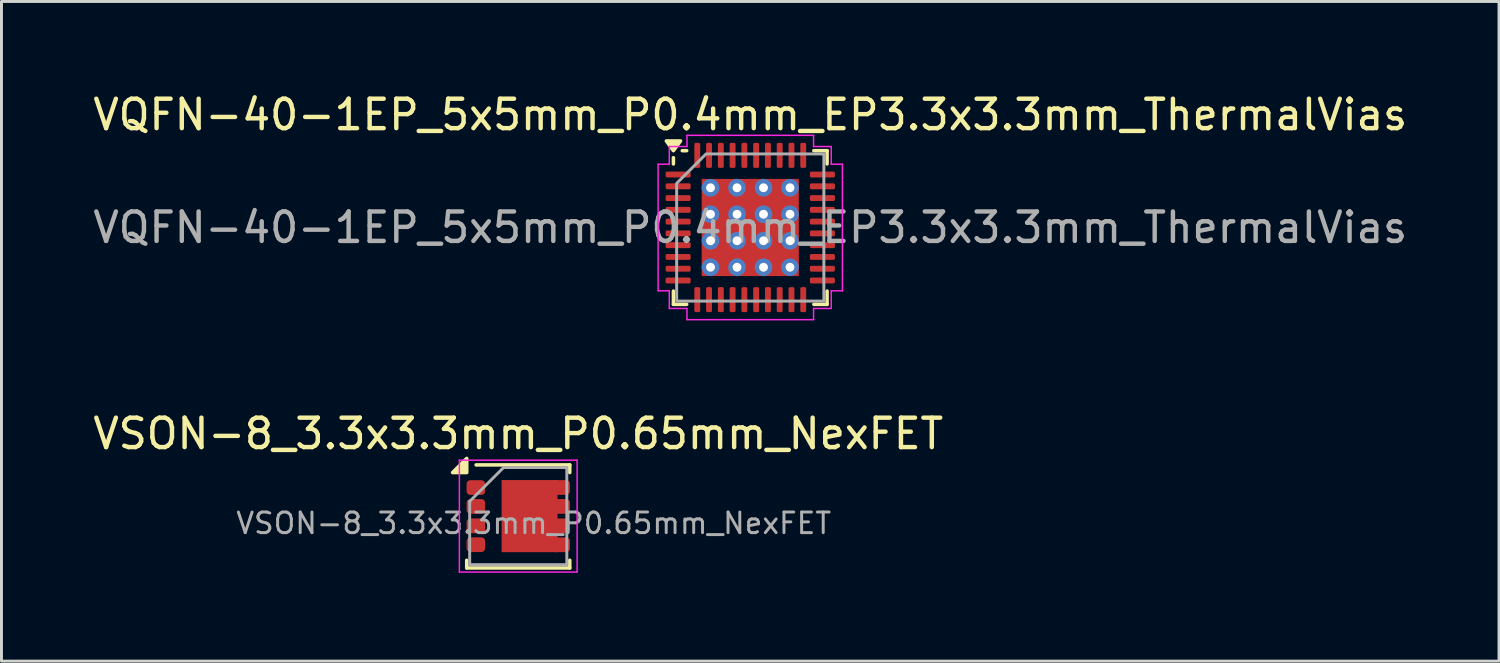
<source format=kicad_pcb>
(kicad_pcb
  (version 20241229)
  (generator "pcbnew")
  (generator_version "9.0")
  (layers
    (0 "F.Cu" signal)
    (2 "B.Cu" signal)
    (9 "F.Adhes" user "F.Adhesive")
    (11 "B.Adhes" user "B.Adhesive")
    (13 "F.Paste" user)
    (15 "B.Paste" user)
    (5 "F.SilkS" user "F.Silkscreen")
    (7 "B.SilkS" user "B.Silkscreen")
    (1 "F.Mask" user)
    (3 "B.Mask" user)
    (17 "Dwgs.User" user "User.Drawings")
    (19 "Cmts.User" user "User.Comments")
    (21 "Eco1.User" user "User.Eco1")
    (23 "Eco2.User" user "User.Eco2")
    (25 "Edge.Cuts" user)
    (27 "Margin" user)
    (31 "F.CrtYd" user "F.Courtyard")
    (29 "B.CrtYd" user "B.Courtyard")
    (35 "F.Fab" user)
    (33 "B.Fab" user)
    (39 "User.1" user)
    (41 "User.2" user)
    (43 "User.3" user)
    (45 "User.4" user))
  (footprint "VQFN-40-1EP_5x5mm_P0.4mm_EP3.3x3.3mm_ThermalVias"
    (layer "F.Cu")
    (at 22.435 4.678)
    (property "Reference" "VQFN-40-1EP_5x5mm_P0.4mm_EP3.3x3.3mm_ThermalVias" (at 0 -3.83 0) (layer "F.SilkS") (effects (font (size 1 1) (thickness 0.15))))
    (attr smd)
    (fp_line (start -2.61 -2.16) (end -2.61 -2.37) (stroke (width 0.12) (type solid)) (layer "F.SilkS"))
    (fp_line (start -2.61 2.61) (end -2.61 2.16) (stroke (width 0.12) (type solid)) (layer "F.SilkS"))
    (fp_line (start -2.16 -2.61) (end -2.31 -2.61) (stroke (width 0.12) (type solid)) (layer "F.SilkS"))
    (fp_line (start -2.16 2.61) (end -2.61 2.61) (stroke (width 0.12) (type solid)) (layer "F.SilkS"))
    (fp_line (start 2.16 -2.61) (end 2.61 -2.61) (stroke (width 0.12) (type solid)) (layer "F.SilkS"))
    (fp_line (start 2.16 2.61) (end 2.61 2.61) (stroke (width 0.12) (type solid)) (layer "F.SilkS"))
    (fp_line (start 2.61 -2.61) (end 2.61 -2.16) (stroke (width 0.12) (type solid)) (layer "F.SilkS"))
    (fp_line (start 2.61 2.61) (end 2.61 2.16) (stroke (width 0.12) (type solid)) (layer "F.SilkS"))
    (fp_poly (pts (xy -2.61 -2.61) (xy -2.85 -2.94) (xy -2.37 -2.94)) (stroke (width 0.12) (type solid)) (fill yes) (layer "F.SilkS"))
    (fp_line (start -3.13 -2.15) (end -2.75 -2.15) (stroke (width 0.05) (type solid)) (layer "F.CrtYd"))
    (fp_line (start -3.13 2.15) (end -3.13 -2.15) (stroke (width 0.05) (type solid)) (layer "F.CrtYd"))
    (fp_line (start -2.75 -2.75) (end -2.15 -2.75) (stroke (width 0.05) (type solid)) (layer "F.CrtYd"))
    (fp_line (start -2.75 -2.15) (end -2.75 -2.75) (stroke (width 0.05) (type solid)) (layer "F.CrtYd"))
    (fp_line (start -2.75 2.15) (end -3.13 2.15) (stroke (width 0.05) (type solid)) (layer "F.CrtYd"))
    (fp_line (start -2.75 2.75) (end -2.75 2.15) (stroke (width 0.05) (type solid)) (layer "F.CrtYd"))
    (fp_line (start -2.15 -3.13) (end 2.15 -3.13) (stroke (width 0.05) (type solid)) (layer "F.CrtYd"))
    (fp_line (start -2.15 -2.75) (end -2.15 -3.13) (stroke (width 0.05) (type solid)) (layer "F.CrtYd"))
    (fp_line (start -2.15 2.75) (end -2.75 2.75) (stroke (width 0.05) (type solid)) (layer "F.CrtYd"))
    (fp_line (start -2.15 3.13) (end -2.15 2.75) (stroke (width 0.05) (type solid)) (layer "F.CrtYd"))
    (fp_line (start 2.15 -3.13) (end 2.15 -2.75) (stroke (width 0.05) (type solid)) (layer "F.CrtYd"))
    (fp_line (start 2.15 -2.75) (end 2.75 -2.75) (stroke (width 0.05) (type solid)) (layer "F.CrtYd"))
    (fp_line (start 2.15 2.75) (end 2.15 3.13) (stroke (width 0.05) (type solid)) (layer "F.CrtYd"))
    (fp_line (start 2.15 3.13) (end -2.15 3.13) (stroke (width 0.05) (type solid)) (layer "F.CrtYd"))
    (fp_line (start 2.75 -2.75) (end 2.75 -2.15) (stroke (width 0.05) (type solid)) (layer "F.CrtYd"))
    (fp_line (start 2.75 -2.15) (end 3.13 -2.15) (stroke (width 0.05) (type solid)) (layer "F.CrtYd"))
    (fp_line (start 2.75 2.15) (end 2.75 2.75) (stroke (width 0.05) (type solid)) (layer "F.CrtYd"))
    (fp_line (start 2.75 2.75) (end 2.15 2.75) (stroke (width 0.05) (type solid)) (layer "F.CrtYd"))
    (fp_line (start 3.13 -2.15) (end 3.13 2.15) (stroke (width 0.05) (type solid)) (layer "F.CrtYd"))
    (fp_line (start 3.13 2.15) (end 2.75 2.15) (stroke (width 0.05) (type solid)) (layer "F.CrtYd"))
    (fp_poly (pts (xy -2.5 -1.5) (xy -2.5 2.5) (xy 2.5 2.5) (xy 2.5 -2.5) (xy -1.5 -2.5)) (stroke (width 0.1) (type solid)) (fill no) (layer "F.Fab"))
    (fp_text user "${REFERENCE}" (at 0 0 0) (layer "F.Fab") (effects (font (size 1 1) (thickness 0.15))))
    (pad "" smd roundrect (at -0.825 -0.825) (size 1.43 1.43) (layers "F.Paste") (roundrect_rratio 0.175))
    (pad "" smd roundrect (at -0.825 0.825) (size 1.43 1.43) (layers "F.Paste") (roundrect_rratio 0.175))
    (pad "" smd roundrect (at 0.825 -0.825) (size 1.43 1.43) (layers "F.Paste") (roundrect_rratio 0.175))
    (pad "" smd roundrect (at 0.825 0.825) (size 1.43 1.43) (layers "F.Paste") (roundrect_rratio 0.175))
    (pad "1" smd roundrect (at -2.45 -1.8) (size 0.85 0.2) (layers "F.Cu" "F.Mask" "F.Paste") (roundrect_rratio 0.25))
    (pad "2" smd roundrect (at -2.45 -1.4) (size 0.85 0.2) (layers "F.Cu" "F.Mask" "F.Paste") (roundrect_rratio 0.25))
    (pad "3" smd roundrect (at -2.45 -1) (size 0.85 0.2) (layers "F.Cu" "F.Mask" "F.Paste") (roundrect_rratio 0.25))
    (pad "4" smd roundrect (at -2.45 -0.6) (size 0.85 0.2) (layers "F.Cu" "F.Mask" "F.Paste") (roundrect_rratio 0.25))
    (pad "5" smd roundrect (at -2.45 -0.2) (size 0.85 0.2) (layers "F.Cu" "F.Mask" "F.Paste") (roundrect_rratio 0.25))
    (pad "6" smd roundrect (at -2.45 0.2) (size 0.85 0.2) (layers "F.Cu" "F.Mask" "F.Paste") (roundrect_rratio 0.25))
    (pad "7" smd roundrect (at -2.45 0.6) (size 0.85 0.2) (layers "F.Cu" "F.Mask" "F.Paste") (roundrect_rratio 0.25))
    (pad "8" smd roundrect (at -2.45 1) (size 0.85 0.2) (layers "F.Cu" "F.Mask" "F.Paste") (roundrect_rratio 0.25))
    (pad "9" smd roundrect (at -2.45 1.4) (size 0.85 0.2) (layers "F.Cu" "F.Mask" "F.Paste") (roundrect_rratio 0.25))
    (pad "10" smd roundrect (at -2.45 1.8) (size 0.85 0.2) (layers "F.Cu" "F.Mask" "F.Paste") (roundrect_rratio 0.25))
    (pad "11" smd roundrect (at -1.8 2.45) (size 0.2 0.85) (layers "F.Cu" "F.Mask" "F.Paste") (roundrect_rratio 0.25))
    (pad "12" smd roundrect (at -1.4 2.45) (size 0.2 0.85) (layers "F.Cu" "F.Mask" "F.Paste") (roundrect_rratio 0.25))
    (pad "13" smd roundrect (at -1 2.45) (size 0.2 0.85) (layers "F.Cu" "F.Mask" "F.Paste") (roundrect_rratio 0.25))
    (pad "14" smd roundrect (at -0.6 2.45) (size 0.2 0.85) (layers "F.Cu" "F.Mask" "F.Paste") (roundrect_rratio 0.25))
    (pad "15" smd roundrect (at -0.2 2.45) (size 0.2 0.85) (layers "F.Cu" "F.Mask" "F.Paste") (roundrect_rratio 0.25))
    (pad "16" smd roundrect (at 0.2 2.45) (size 0.2 0.85) (layers "F.Cu" "F.Mask" "F.Paste") (roundrect_rratio 0.25))
    (pad "17" smd roundrect (at 0.6 2.45) (size 0.2 0.85) (layers "F.Cu" "F.Mask" "F.Paste") (roundrect_rratio 0.25))
    (pad "18" smd roundrect (at 1 2.45) (size 0.2 0.85) (layers "F.Cu" "F.Mask" "F.Paste") (roundrect_rratio 0.25))
    (pad "19" smd roundrect (at 1.4 2.45) (size 0.2 0.85) (layers "F.Cu" "F.Mask" "F.Paste") (roundrect_rratio 0.25))
    (pad "20" smd roundrect (at 1.8 2.45) (size 0.2 0.85) (layers "F.Cu" "F.Mask" "F.Paste") (roundrect_rratio 0.25))
    (pad "21" smd roundrect (at 2.45 1.8) (size 0.85 0.2) (layers "F.Cu" "F.Mask" "F.Paste") (roundrect_rratio 0.25))
    (pad "22" smd roundrect (at 2.45 1.4) (size 0.85 0.2) (layers "F.Cu" "F.Mask" "F.Paste") (roundrect_rratio 0.25))
    (pad "23" smd roundrect (at 2.45 1) (size 0.85 0.2) (layers "F.Cu" "F.Mask" "F.Paste") (roundrect_rratio 0.25))
    (pad "24" smd roundrect (at 2.45 0.6) (size 0.85 0.2) (layers "F.Cu" "F.Mask" "F.Paste") (roundrect_rratio 0.25))
    (pad "25" smd roundrect (at 2.45 0.2) (size 0.85 0.2) (layers "F.Cu" "F.Mask" "F.Paste") (roundrect_rratio 0.25))
    (pad "26" smd roundrect (at 2.45 -0.2) (size 0.85 0.2) (layers "F.Cu" "F.Mask" "F.Paste") (roundrect_rratio 0.25))
    (pad "27" smd roundrect (at 2.45 -0.6) (size 0.85 0.2) (layers "F.Cu" "F.Mask" "F.Paste") (roundrect_rratio 0.25))
    (pad "28" smd roundrect (at 2.45 -1) (size 0.85 0.2) (layers "F.Cu" "F.Mask" "F.Paste") (roundrect_rratio 0.25))
    (pad "29" smd roundrect (at 2.45 -1.4) (size 0.85 0.2) (layers "F.Cu" "F.Mask" "F.Paste") (roundrect_rratio 0.25))
    (pad "30" smd roundrect (at 2.45 -1.8) (size 0.85 0.2) (layers "F.Cu" "F.Mask" "F.Paste") (roundrect_rratio 0.25))
    (pad "31" smd roundrect (at 1.8 -2.45) (size 0.2 0.85) (layers "F.Cu" "F.Mask" "F.Paste") (roundrect_rratio 0.25))
    (pad "32" smd roundrect (at 1.4 -2.45) (size 0.2 0.85) (layers "F.Cu" "F.Mask" "F.Paste") (roundrect_rratio 0.25))
    (pad "33" smd roundrect (at 1 -2.45) (size 0.2 0.85) (layers "F.Cu" "F.Mask" "F.Paste") (roundrect_rratio 0.25))
    (pad "34" smd roundrect (at 0.6 -2.45) (size 0.2 0.85) (layers "F.Cu" "F.Mask" "F.Paste") (roundrect_rratio 0.25))
    (pad "35" smd roundrect (at 0.2 -2.45) (size 0.2 0.85) (layers "F.Cu" "F.Mask" "F.Paste") (roundrect_rratio 0.25))
    (pad "36" smd roundrect (at -0.2 -2.45) (size 0.2 0.85) (layers "F.Cu" "F.Mask" "F.Paste") (roundrect_rratio 0.25))
    (pad "37" smd roundrect (at -0.6 -2.45) (size 0.2 0.85) (layers "F.Cu" "F.Mask" "F.Paste") (roundrect_rratio 0.25))
    (pad "38" smd roundrect (at -1 -2.45) (size 0.2 0.85) (layers "F.Cu" "F.Mask" "F.Paste") (roundrect_rratio 0.25))
    (pad "39" smd roundrect (at -1.4 -2.45) (size 0.2 0.85) (layers "F.Cu" "F.Mask" "F.Paste") (roundrect_rratio 0.25))
    (pad "40" smd roundrect (at -1.8 -2.45) (size 0.2 0.85) (layers "F.Cu" "F.Mask" "F.Paste") (roundrect_rratio 0.25))
    (pad "41" thru_hole circle (at -1.35 -1.35) (size 0.6 0.6) (drill 0.3) (property pad_prop_heatsink) (layers "*.Cu"))
    (pad "41" thru_hole circle (at -1.35 -0.45) (size 0.6 0.6) (drill 0.3) (property pad_prop_heatsink) (layers "*.Cu"))
    (pad "41" thru_hole circle (at -1.35 0.45) (size 0.6 0.6) (drill 0.3) (property pad_prop_heatsink) (layers "*.Cu"))
    (pad "41" thru_hole circle (at -1.35 1.35) (size 0.6 0.6) (drill 0.3) (property pad_prop_heatsink) (layers "*.Cu"))
    (pad "41" thru_hole circle (at -0.45 -1.35) (size 0.6 0.6) (drill 0.3) (property pad_prop_heatsink) (layers "*.Cu"))
    (pad "41" thru_hole circle (at -0.45 -0.45) (size 0.6 0.6) (drill 0.3) (property pad_prop_heatsink) (layers "*.Cu"))
    (pad "41" thru_hole circle (at -0.45 0.45) (size 0.6 0.6) (drill 0.3) (property pad_prop_heatsink) (layers "*.Cu"))
    (pad "41" thru_hole circle (at -0.45 1.35) (size 0.6 0.6) (drill 0.3) (property pad_prop_heatsink) (layers "*.Cu"))
    (pad "41" smd rect (at 0 0) (size 3.3 3.3) (property pad_prop_heatsink) (layers "F.Cu" "F.Mask"))
    (pad "41" thru_hole circle (at 0.45 -1.35) (size 0.6 0.6) (drill 0.3) (property pad_prop_heatsink) (layers "*.Cu"))
    (pad "41" thru_hole circle (at 0.45 -0.45) (size 0.6 0.6) (drill 0.3) (property pad_prop_heatsink) (layers "*.Cu"))
    (pad "41" thru_hole circle (at 0.45 0.45) (size 0.6 0.6) (drill 0.3) (property pad_prop_heatsink) (layers "*.Cu"))
    (pad "41" thru_hole circle (at 0.45 1.35) (size 0.6 0.6) (drill 0.3) (property pad_prop_heatsink) (layers "*.Cu"))
    (pad "41" thru_hole circle (at 1.35 -1.35) (size 0.6 0.6) (drill 0.3) (property pad_prop_heatsink) (layers "*.Cu"))
    (pad "41" thru_hole circle (at 1.35 -0.45) (size 0.6 0.6) (drill 0.3) (property pad_prop_heatsink) (layers "*.Cu"))
    (pad "41" thru_hole circle (at 1.35 0.45) (size 0.6 0.6) (drill 0.3) (property pad_prop_heatsink) (layers "*.Cu"))
    (pad "41" thru_hole circle (at 1.35 1.35) (size 0.6 0.6) (drill 0.3) (property pad_prop_heatsink) (layers "*.Cu")))
  (footprint "VSON-8_3.3x3.3mm_P0.65mm_NexFET"
    (layer "F.Cu")
    (at 14.554 14.482)
    (property "Reference" "VSON-8_3.3x3.3mm_P0.65mm_NexFET" (at 0 -2.8 0) (layer "F.SilkS") (effects (font (size 1 1) (thickness 0.15))))
    (attr smd)
    (fp_line (start -1.75 1.5) (end -1.75 1.76) (stroke (width 0.12) (type solid)) (layer "F.SilkS"))
    (fp_line (start -1.75 1.76) (end 1.75 1.76) (stroke (width 0.12) (type solid)) (layer "F.SilkS"))
    (fp_line (start -1.43 -1.74) (end 1.75 -1.74) (stroke (width 0.12) (type solid)) (layer "F.SilkS"))
    (fp_line (start 1.75 -1.74) (end 1.75 -1.48) (stroke (width 0.12) (type solid)) (layer "F.SilkS"))
    (fp_line (start 1.75 1.5) (end 1.75 1.76) (stroke (width 0.12) (type solid)) (layer "F.SilkS"))
    (fp_poly (pts (xy -1.75 -1.48) (xy -2.23 -1.48) (xy -1.75 -1.96) (xy -1.75 -1.48)) (stroke (width 0.12) (type solid)) (fill yes) (layer "F.SilkS"))
    (fp_line (start -2 -1.9) (end -2 1.9) (stroke (width 0.05) (type solid)) (layer "F.CrtYd"))
    (fp_line (start -2 -1.9) (end 2 -1.9) (stroke (width 0.05) (type solid)) (layer "F.CrtYd"))
    (fp_line (start -2 1.9) (end 2 1.9) (stroke (width 0.05) (type solid)) (layer "F.CrtYd"))
    (fp_line (start 2 -1.9) (end 2 1.9) (stroke (width 0.05) (type solid)) (layer "F.CrtYd"))
    (fp_line (start -1.65 -0.5) (end -0.5 -1.65) (stroke (width 0.1) (type solid)) (layer "F.Fab"))
    (fp_line (start -1.65 1.65) (end -1.65 -0.5) (stroke (width 0.1) (type solid)) (layer "F.Fab"))
    (fp_line (start -0.5 -1.65) (end 1.65 -1.65) (stroke (width 0.1) (type solid)) (layer "F.Fab"))
    (fp_line (start 1.65 -1.65) (end 1.65 1.65) (stroke (width 0.1) (type solid)) (layer "F.Fab"))
    (fp_line (start 1.65 1.65) (end -1.65 1.65) (stroke (width 0.1) (type solid)) (layer "F.Fab"))
    (fp_text user "${REFERENCE}" (at 0.526 0.242 0) (layer "F.Fab") (effects (font (size 0.7 0.7) (thickness 0.1))))
    (pad "" smd rect (at -0.09 -0.61) (size 0.57 0.738) (layers "F.Paste"))
    (pad "" smd rect (at -0.09 0.61) (size 0.57 0.738) (layers "F.Paste"))
    (pad "" smd rect (at 0.86 -0.61) (size 0.57 0.738) (layers "F.Paste"))
    (pad "" smd rect (at 0.86 0.61) (size 0.57 0.738) (layers "F.Paste"))
    (pad "" smd roundrect (at 1.44 -0.973) (size 0.63 0.5) (layers "F.Paste") (roundrect_rratio 0.25))
    (pad "" smd roundrect (at 1.44 -0.33) (size 0.63 0.5) (layers "F.Paste") (roundrect_rratio 0.25))
    (pad "" smd roundrect (at 1.44 0.33) (size 0.63 0.5) (layers "F.Paste") (roundrect_rratio 0.25))
    (pad "" smd roundrect (at 1.44 0.973) (size 0.63 0.5) (layers "F.Paste") (roundrect_rratio 0.25))
    (pad "1" smd roundrect (at -1.44 -0.97) (size 0.63 0.5) (layers "F.Cu" "F.Mask" "F.Paste") (roundrect_rratio 0.25))
    (pad "2" smd roundrect (at -1.44 -0.33) (size 0.63 0.5) (layers "F.Cu" "F.Mask" "F.Paste") (roundrect_rratio 0.25))
    (pad "3" smd roundrect (at -1.44 0.33) (size 0.63 0.5) (layers "F.Cu" "F.Mask" "F.Paste") (roundrect_rratio 0.25))
    (pad "4" smd roundrect (at -1.44 0.97) (size 0.63 0.5) (layers "F.Cu" "F.Mask" "F.Paste") (roundrect_rratio 0.25))
    (pad "5" smd roundrect (at 1.44 0.973) (size 0.63 0.5) (layers "F.Cu" "F.Mask" "F.Paste") (roundrect_rratio 0.25))
    (pad "6" smd roundrect (at 1.44 0.33) (size 0.63 0.5) (layers "F.Cu" "F.Mask" "F.Paste") (roundrect_rratio 0.25))
    (pad "7" smd roundrect (at 1.44 -0.33) (size 0.63 0.5) (layers "F.Cu" "F.Mask" "F.Paste") (roundrect_rratio 0.25))
    (pad "8" smd roundrect (at 1.44 -0.973) (size 0.63 0.5) (layers "F.Cu" "F.Mask" "F.Paste") (roundrect_rratio 0.25))
    (pad "9" smd rect (at 0.385 0 270) (size 2.45 1.9) (layers "F.Cu" "F.Mask" "F.Paste")))
  (gr_rect
    (start -3 -3)
    (end 47.869 19.407)
    (stroke (width 0.1) (type default))
    (fill no)
    (layer "Edge.Cuts")))
</source>
